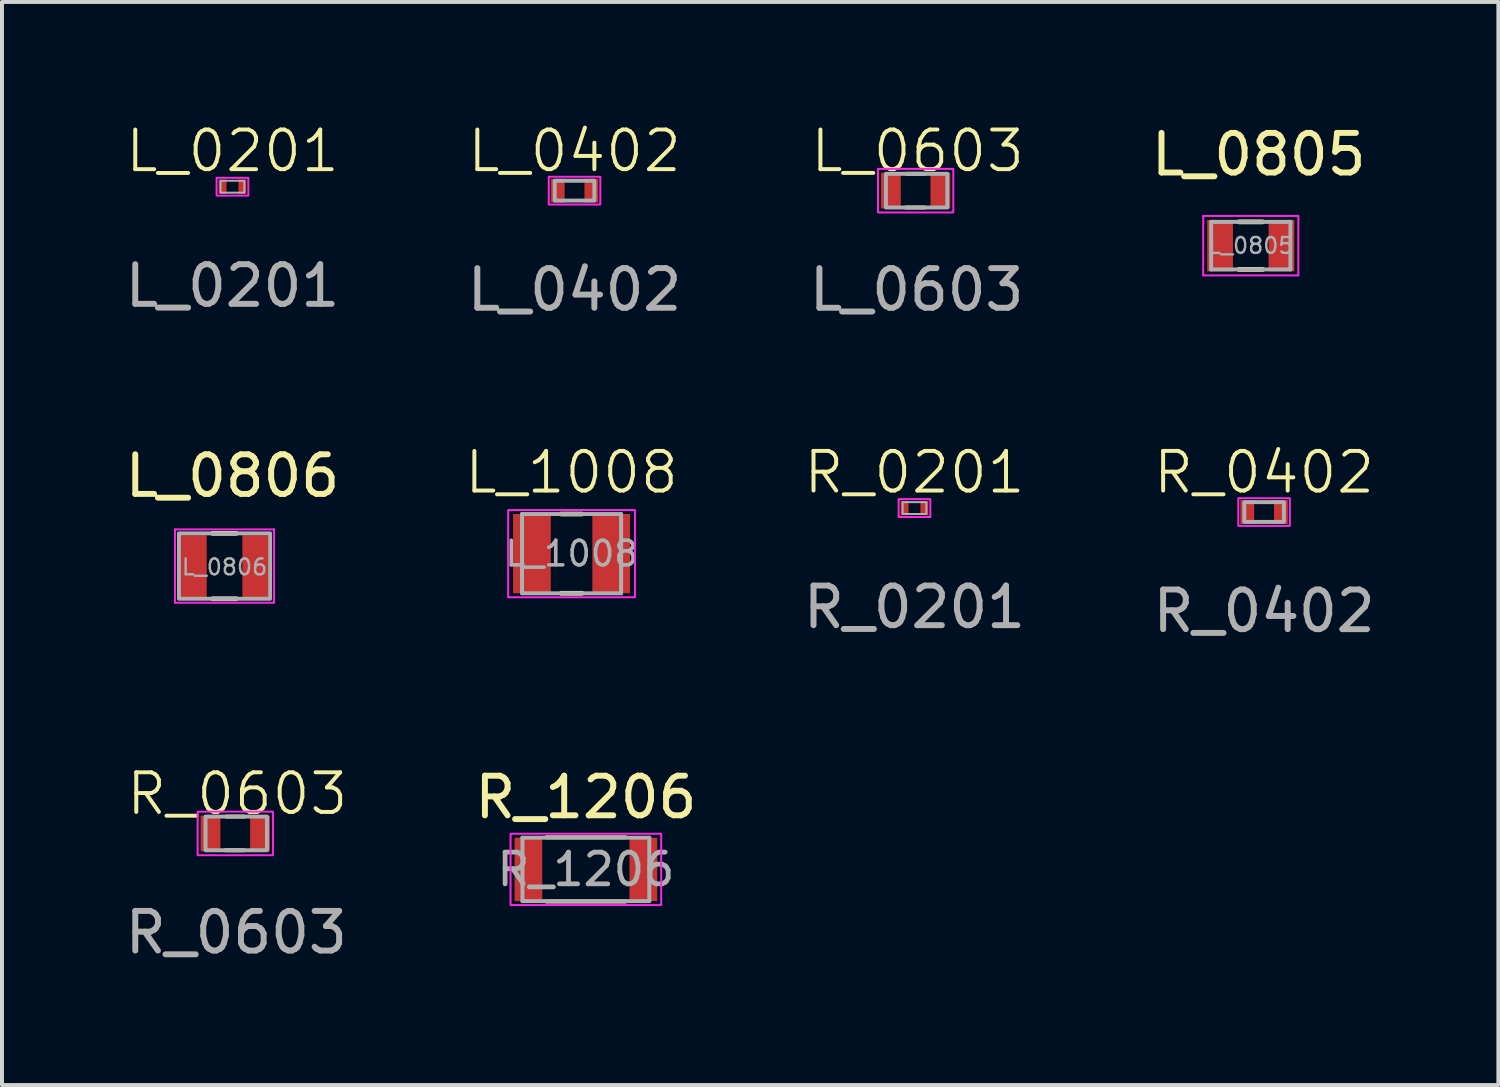
<source format=kicad_pcb>
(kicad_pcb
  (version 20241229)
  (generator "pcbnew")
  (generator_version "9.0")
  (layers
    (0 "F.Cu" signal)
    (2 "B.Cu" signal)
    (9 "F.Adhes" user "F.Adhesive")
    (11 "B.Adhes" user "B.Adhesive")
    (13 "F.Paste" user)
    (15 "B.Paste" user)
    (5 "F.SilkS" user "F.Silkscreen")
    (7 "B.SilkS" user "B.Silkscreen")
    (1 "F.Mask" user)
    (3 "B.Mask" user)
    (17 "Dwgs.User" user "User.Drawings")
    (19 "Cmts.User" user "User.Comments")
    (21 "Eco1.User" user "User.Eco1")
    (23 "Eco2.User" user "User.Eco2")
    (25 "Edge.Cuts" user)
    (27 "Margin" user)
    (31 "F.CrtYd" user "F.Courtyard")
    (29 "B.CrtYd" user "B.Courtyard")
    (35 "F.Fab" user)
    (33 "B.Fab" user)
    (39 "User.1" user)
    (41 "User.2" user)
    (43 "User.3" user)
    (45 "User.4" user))
  (footprint "L_0201"
    (layer "F.Cu")
    (at 2.815 1.661)
    (property "Reference" "L_0201" (at 0 -0.9 0) (unlocked yes) (layer "F.SilkS") (effects (font (size 1 1) (thickness 0.1))))
    (attr smd)
    (fp_rect (start -0.4 -0.225) (end 0.4 0.225) (stroke (width 0.05) (type default)) (fill no) (layer "F.CrtYd"))
    (fp_rect (start -0.3 -0.15) (end 0.3 0.15) (stroke (width 0.05) (type default)) (fill no) (layer "F.Fab"))
    (fp_text user "${REFERENCE}" (at 0 2.5 0) (unlocked yes) (layer "F.Fab") (effects (font (size 1 1) (thickness 0.15))))
    (pad "1" smd rect (at -0.25 0) (size 0.2 0.36) (layers "F.Cu" "F.Mask" "F.Paste"))
    (pad "2" smd rect (at 0.25 0) (size 0.2 0.36) (layers "F.Cu" "F.Mask" "F.Paste")))
  (footprint "L_1008"
    (layer "F.Cu")
    (at 11.371 10.919)
    (property "Reference" "L_1008" (at 0 -2.05 0) (layer "F.SilkS") (effects (font (size 1 1) (thickness 0.1))))
    (attr smd)
    (fp_line (start -0.261 -1) (end 0.261 -1) (stroke (width 0.12) (type solid)) (layer "F.SilkS"))
    (fp_line (start -0.261 1) (end 0.261 1) (stroke (width 0.12) (type solid)) (layer "F.SilkS"))
    (fp_rect (start -1.6 -1.1) (end 1.6 1.1) (stroke (width 0.05) (type default)) (fill no) (layer "F.CrtYd"))
    (fp_line (start -1.25 -1) (end 1.25 -1) (stroke (width 0.1) (type solid)) (layer "F.Fab"))
    (fp_line (start -1.25 1) (end -1.25 -1) (stroke (width 0.1) (type solid)) (layer "F.Fab"))
    (fp_line (start 1.25 -1) (end 1.25 1) (stroke (width 0.1) (type solid)) (layer "F.Fab"))
    (fp_line (start 1.25 1) (end -1.25 1) (stroke (width 0.1) (type solid)) (layer "F.Fab"))
    (fp_text user "${REFERENCE}" (at 0 0 0) (layer "F.Fab") (effects (font (size 0.62 0.62) (thickness 0.09))))
    (pad "1" smd rect (at -1 0) (size 0.95 2) (layers "F.Cu" "F.Mask" "F.Paste"))
    (pad "2" smd rect (at 1 0) (size 0.95 2) (layers "F.Cu" "F.Mask" "F.Paste")))
  (footprint "R_0201"
    (layer "F.Cu")
    (at 20.023 9.769)
    (property "Reference" "R_0201" (at 0 -0.9 0) (unlocked yes) (layer "F.SilkS") (effects (font (size 1 1) (thickness 0.1))))
    (attr smd)
    (fp_rect (start -0.4 -0.225) (end 0.4 0.225) (stroke (width 0.05) (type default)) (fill no) (layer "F.CrtYd"))
    (fp_rect (start -0.3 -0.15) (end 0.3 0.15) (stroke (width 0.05) (type default)) (fill no) (layer "F.Fab"))
    (fp_text user "${REFERENCE}" (at 0 2.5 0) (unlocked yes) (layer "F.Fab") (effects (font (size 1 1) (thickness 0.15))))
    (pad "1" smd rect (at -0.25 0) (size 0.2 0.36) (layers "F.Cu" "F.Mask" "F.Paste"))
    (pad "2" smd rect (at 0.25 0) (size 0.2 0.36) (layers "F.Cu" "F.Mask" "F.Paste")))
  (footprint "L_0603"
    (layer "F.Cu")
    (at 20.077 1.76)
    (property "Reference" "L_0603" (at 0.025 -1 0) (unlocked yes) (layer "F.SilkS") (effects (font (size 1 1) (thickness 0.1))))
    (attr smd)
    (fp_line (start -0.275 0.425) (end 0.2 0.425) (stroke (width 0.1) (type default)) (layer "F.SilkS"))
    (fp_line (start -0.25 -0.425) (end 0.2 -0.425) (stroke (width 0.1) (type default)) (layer "F.SilkS"))
    (fp_rect (start -0.975 -0.55) (end 0.925 0.55) (stroke (width 0.05) (type default)) (fill no) (layer "F.CrtYd"))
    (fp_rect (start -0.775 -0.425) (end 0.775 0.425) (stroke (width 0.1) (type default)) (fill no) (layer "F.Fab"))
    (fp_text user "${REFERENCE}" (at 0 2.5 0) (unlocked yes) (layer "F.Fab") (effects (font (size 1 1) (thickness 0.15))))
    (pad "1" smd rect (at -0.65 0) (size 0.5 0.9) (layers "F.Cu" "F.Mask" "F.Paste"))
    (pad "2" smd rect (at 0.6 0) (size 0.5 0.9) (layers "F.Cu" "F.Mask" "F.Paste")))
  (footprint "R_0402"
    (layer "F.Cu")
    (at 28.844 9.869)
    (property "Reference" "R_0402" (at 0 -1 0) (unlocked yes) (layer "F.SilkS") (effects (font (size 1 1) (thickness 0.1))))
    (attr smd)
    (fp_rect (start -0.65 -0.35) (end 0.65 0.35) (stroke (width 0.05) (type default)) (fill no) (layer "F.CrtYd"))
    (fp_rect (start -0.5 -0.25) (end 0.5 0.25) (stroke (width 0.1) (type default)) (fill no) (layer "F.Fab"))
    (fp_text user "${REFERENCE}" (at 0 2.5 0) (unlocked yes) (layer "F.Fab") (effects (font (size 1 1) (thickness 0.15))))
    (pad "1" smd rect (at -0.425 0) (size 0.35 0.6) (layers "F.Cu" "F.Mask" "F.Paste"))
    (pad "2" smd rect (at 0.425 0) (size 0.35 0.6) (layers "F.Cu" "F.Mask" "F.Paste")))
  (footprint "L_0805"
    (layer "F.Cu")
    (at 28.508 3.148)
    (property "Reference" "L_0805" (at 0.2 -2.3 0) (layer "F.SilkS") (effects (font (size 1 1) (thickness 0.15))))
    (attr smd)
    (fp_line (start -0.3 -0.6) (end 0.3 -0.6) (stroke (width 0.12) (type solid)) (layer "F.SilkS"))
    (fp_line (start -0.3 0.6) (end 0.3 0.6) (stroke (width 0.12) (type solid)) (layer "F.SilkS"))
    (fp_line (start -1.2 -0.75) (end 1.2 -0.75) (stroke (width 0.05) (type solid)) (layer "F.CrtYd"))
    (fp_line (start -1.2 0.75) (end -1.2 -0.75) (stroke (width 0.05) (type solid)) (layer "F.CrtYd"))
    (fp_line (start 1.2 -0.75) (end 1.2 0.75) (stroke (width 0.05) (type solid)) (layer "F.CrtYd"))
    (fp_line (start 1.2 0.75) (end -1.2 0.75) (stroke (width 0.05) (type solid)) (layer "F.CrtYd"))
    (fp_line (start -1 -0.6) (end 1 -0.6) (stroke (width 0.1) (type solid)) (layer "F.Fab"))
    (fp_line (start -1 0.6) (end -1 -0.6) (stroke (width 0.1) (type solid)) (layer "F.Fab"))
    (fp_line (start 1 -0.6) (end 1 0.6) (stroke (width 0.1) (type solid)) (layer "F.Fab"))
    (fp_line (start 1 0.6) (end -1 0.6) (stroke (width 0.1) (type solid)) (layer "F.Fab"))
    (fp_text user "${REFERENCE}" (at 0 0 0) (layer "F.Fab") (effects (font (size 0.4 0.4) (thickness 0.06))))
    (pad "1" smd rect (at -0.775 0) (size 0.65 1.3) (layers "F.Cu" "F.Mask" "F.Paste"))
    (pad "2" smd rect (at 0.775 0) (size 0.65 1.3) (layers "F.Cu" "F.Mask" "F.Paste")))
  (footprint "L_0806"
    (layer "F.Cu")
    (at 2.615 11.257)
    (property "Reference" "L_0806" (at 0.2 -2.3 0) (layer "F.SilkS") (effects (font (size 1 1) (thickness 0.15))))
    (attr smd)
    (fp_line (start -0.3 -0.85) (end 0.3 -0.85) (stroke (width 0.12) (type solid)) (layer "F.SilkS"))
    (fp_line (start -0.3 0.8) (end 0.3 0.8) (stroke (width 0.12) (type solid)) (layer "F.SilkS"))
    (fp_line (start -1.25 -0.95) (end 1.25 -0.95) (stroke (width 0.05) (type solid)) (layer "F.CrtYd"))
    (fp_line (start -1.25 0.9) (end -1.25 -0.95) (stroke (width 0.05) (type solid)) (layer "F.CrtYd"))
    (fp_line (start 1.25 -0.95) (end 1.25 0.9) (stroke (width 0.05) (type solid)) (layer "F.CrtYd"))
    (fp_line (start 1.25 0.9) (end -1.25 0.9) (stroke (width 0.05) (type solid)) (layer "F.CrtYd"))
    (fp_rect (start -1.15 -0.85) (end 1.15 0.8) (stroke (width 0.1) (type default)) (fill no) (layer "F.Fab"))
    (fp_text user "${REFERENCE}" (at 0 0 0) (layer "F.Fab") (effects (font (size 0.4 0.4) (thickness 0.06))))
    (pad "1" smd rect (at -0.775 0) (size 0.65 1.6) (layers "F.Cu" "F.Mask" "F.Paste"))
    (pad "2" smd rect (at 0.775 0) (size 0.65 1.6) (layers "F.Cu" "F.Mask" "F.Paste")))
  (footprint "R_0603"
    (layer "F.Cu")
    (at 2.911 17.978)
    (property "Reference" "R_0603" (at 0.025 -1 0) (unlocked yes) (layer "F.SilkS") (effects (font (size 1 1) (thickness 0.1))))
    (attr smd)
    (fp_line (start -0.275 0.425) (end 0.2 0.425) (stroke (width 0.1) (type default)) (layer "F.SilkS"))
    (fp_line (start -0.25 -0.425) (end 0.2 -0.425) (stroke (width 0.1) (type default)) (layer "F.SilkS"))
    (fp_rect (start -0.975 -0.55) (end 0.925 0.55) (stroke (width 0.05) (type default)) (fill no) (layer "F.CrtYd"))
    (fp_rect (start -0.775 -0.425) (end 0.775 0.425) (stroke (width 0.1) (type default)) (fill no) (layer "F.Fab"))
    (fp_text user "${REFERENCE}" (at 0 2.5 0) (unlocked yes) (layer "F.Fab") (effects (font (size 1 1) (thickness 0.15))))
    (pad "1" smd rect (at -0.65 0) (size 0.5 0.9) (layers "F.Cu" "F.Mask" "F.Paste"))
    (pad "2" smd rect (at 0.6 0) (size 0.5 0.9) (layers "F.Cu" "F.Mask" "F.Paste")))
  (footprint "L_0402"
    (layer "F.Cu")
    (at 11.446 1.76)
    (property "Reference" "L_0402" (at 0 -1 0) (unlocked yes) (layer "F.SilkS") (effects (font (size 1 1) (thickness 0.1))))
    (attr smd)
    (fp_rect (start -0.65 -0.35) (end 0.65 0.35) (stroke (width 0.05) (type default)) (fill no) (layer "F.CrtYd"))
    (fp_rect (start -0.5 -0.25) (end 0.5 0.25) (stroke (width 0.1) (type default)) (fill no) (layer "F.Fab"))
    (fp_text user "${REFERENCE}" (at 0 2.5 0) (unlocked yes) (layer "F.Fab") (effects (font (size 1 1) (thickness 0.15))))
    (pad "1" smd rect (at -0.425 0) (size 0.35 0.6) (layers "F.Cu" "F.Mask" "F.Paste"))
    (pad "2" smd rect (at 0.425 0) (size 0.35 0.6) (layers "F.Cu" "F.Mask" "F.Paste")))
  (footprint "R_1206"
    (layer "F.Cu")
    (at 11.732 18.886)
    (property "Reference" "R_1206" (at 0 -1.82 0) (layer "F.SilkS") (effects (font (size 1 1) (thickness 0.15))))
    (attr smd)
    (fp_line (start -1 -0.81) (end 1 -0.81) (stroke (width 0.1) (type solid)) (layer "F.SilkS"))
    (fp_line (start -1 0.81) (end 1 0.81) (stroke (width 0.1) (type solid)) (layer "F.SilkS"))
    (fp_rect (start -1.9 -0.9) (end 1.9 0.9) (stroke (width 0.05) (type default)) (fill no) (layer "F.CrtYd"))
    (fp_line (start -1.6 -0.8) (end 1.6 -0.8) (stroke (width 0.1) (type solid)) (layer "F.Fab"))
    (fp_line (start -1.6 0.8) (end -1.6 -0.8) (stroke (width 0.1) (type solid)) (layer "F.Fab"))
    (fp_line (start 1.6 -0.8) (end 1.6 0.8) (stroke (width 0.1) (type solid)) (layer "F.Fab"))
    (fp_line (start 1.6 0.8) (end -1.6 0.8) (stroke (width 0.1) (type solid)) (layer "F.Fab"))
    (fp_text user "${REFERENCE}" (at 0 0 0) (layer "F.Fab") (effects (font (size 0.8 0.8) (thickness 0.12))))
    (pad "1" smd rect (at -1.45 0) (size 0.7 1.6) (layers "F.Cu" "F.Mask" "F.Paste"))
    (pad "2" smd rect (at 1.45 0) (size 0.7 1.6) (layers "F.Cu" "F.Mask" "F.Paste")))
  (gr_rect
    (start -3 -3)
    (end 34.755 24.326)
    (stroke (width 0.1) (type default))
    (fill no)
    (layer "Edge.Cuts")))
</source>
